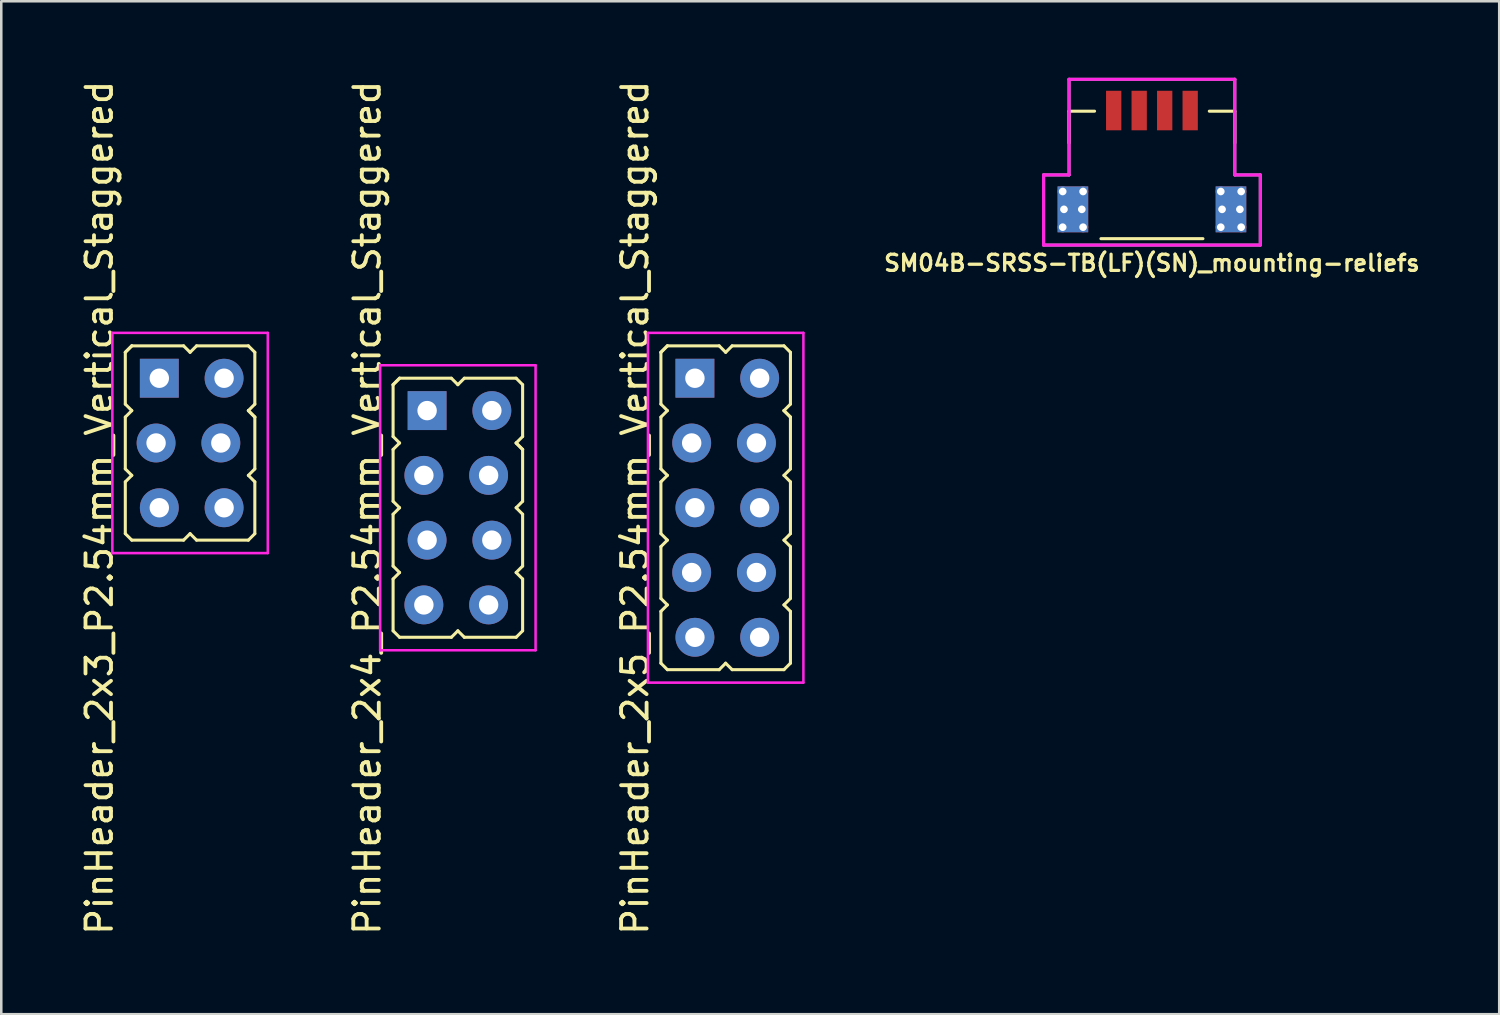
<source format=kicad_pcb>
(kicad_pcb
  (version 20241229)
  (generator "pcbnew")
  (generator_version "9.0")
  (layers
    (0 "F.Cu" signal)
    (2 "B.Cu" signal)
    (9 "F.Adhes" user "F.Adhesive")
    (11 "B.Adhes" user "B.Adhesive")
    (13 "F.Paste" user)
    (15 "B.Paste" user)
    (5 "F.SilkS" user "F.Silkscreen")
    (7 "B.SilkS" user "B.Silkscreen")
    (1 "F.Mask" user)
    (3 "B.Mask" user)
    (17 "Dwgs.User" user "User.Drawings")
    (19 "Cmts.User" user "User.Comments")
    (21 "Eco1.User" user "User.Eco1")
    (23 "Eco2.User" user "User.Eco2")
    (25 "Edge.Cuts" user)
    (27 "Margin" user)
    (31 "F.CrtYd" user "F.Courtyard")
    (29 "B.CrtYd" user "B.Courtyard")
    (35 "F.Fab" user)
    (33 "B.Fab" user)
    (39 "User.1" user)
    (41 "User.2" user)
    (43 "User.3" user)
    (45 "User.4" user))
  (footprint "SM04B-SRSS-TB(LF)(SN)_mounting-reliefs"
    (layer "F.Cu")
    (at 42.126 2.06)
    (property "Reference" "SM04B-SRSS-TB(LF)(SN)_mounting-reliefs" (at 0 5.207 180) (layer "F.SilkS") (effects (font (size 0.635 0.635) (thickness 0.127))))
    (attr smd)
    (fp_line (start -3.25 -0.75) (end -2.25 -0.75) (stroke (width 0.12) (type solid)) (layer "F.SilkS"))
    (fp_line (start -3.25 0.5) (end -3.25 -0.75) (stroke (width 0.12) (type solid)) (layer "F.SilkS"))
    (fp_line (start -2 4.25) (end 2 4.25) (stroke (width 0.12) (type solid)) (layer "F.SilkS"))
    (fp_line (start 3.25 -0.75) (end 2.25 -0.75) (stroke (width 0.12) (type solid)) (layer "F.SilkS"))
    (fp_line (start 3.25 0.5) (end 3.25 -0.75) (stroke (width 0.12) (type solid)) (layer "F.SilkS"))
    (fp_line (start -4.25 1.75) (end -3.25 1.75) (stroke (width 0.12) (type solid)) (layer "F.CrtYd"))
    (fp_line (start -4.25 4.5) (end -4.25 1.75) (stroke (width 0.12) (type solid)) (layer "F.CrtYd"))
    (fp_line (start -3.25 -2) (end 3.25 -2) (stroke (width 0.12) (type solid)) (layer "F.CrtYd"))
    (fp_line (start -3.25 1.75) (end -3.25 -2) (stroke (width 0.12) (type solid)) (layer "F.CrtYd"))
    (fp_line (start 3.25 -2) (end 3.25 1.75) (stroke (width 0.12) (type solid)) (layer "F.CrtYd"))
    (fp_line (start 4.25 1.75) (end 3.25 1.75) (stroke (width 0.12) (type solid)) (layer "F.CrtYd"))
    (fp_line (start 4.25 1.75) (end 4.25 4.5) (stroke (width 0.12) (type solid)) (layer "F.CrtYd"))
    (fp_line (start 4.25 4.5) (end -4.25 4.5) (stroke (width 0.12) (type solid)) (layer "F.CrtYd"))
    (fp_line (start -4.25 1.75) (end -3.25 1.75) (stroke (width 0.12) (type solid)) (layer "F.Fab"))
    (fp_line (start -4.25 4.5) (end -4.25 1.75) (stroke (width 0.12) (type solid)) (layer "F.Fab"))
    (fp_line (start -3.25 -2) (end 3.25 -2) (stroke (width 0.12) (type solid)) (layer "F.Fab"))
    (fp_line (start -3.25 1.75) (end -3.25 -2) (stroke (width 0.12) (type solid)) (layer "F.Fab"))
    (fp_line (start 3.25 -2) (end 3.25 1.75) (stroke (width 0.12) (type solid)) (layer "F.Fab"))
    (fp_line (start 3.25 1.75) (end 4.25 1.75) (stroke (width 0.12) (type solid)) (layer "F.Fab"))
    (fp_line (start 4.25 1.75) (end 4.25 4.5) (stroke (width 0.12) (type solid)) (layer "F.Fab"))
    (fp_line (start 4.25 4.5) (end -4.25 4.5) (stroke (width 0.12) (type solid)) (layer "F.Fab"))
    (pad "1" smd rect (at -1.5 -0.775) (size 0.6 1.55) (layers "F.Cu" "F.Mask" "F.Paste"))
    (pad "2" smd rect (at -0.5 -0.775) (size 0.6 1.55) (layers "F.Cu" "F.Mask" "F.Paste"))
    (pad "3" smd rect (at 0.5 -0.775) (size 0.6 1.55) (layers "F.Cu" "F.Mask" "F.Paste"))
    (pad "4" smd rect (at 1.5 -0.775) (size 0.6 1.55) (layers "F.Cu" "F.Mask" "F.Paste"))
    (pad "MP" thru_hole circle (at -3.5 2.4) (size 0.4 0.4) (drill 0.3) (layers "*.Cu" "F.Mask") (remove_unused_layers yes) (keep_end_layers yes) (zone_layer_connections))
    (pad "MP" thru_hole circle (at -3.5 3.8) (size 0.4 0.4) (drill 0.3) (layers "*.Cu" "F.Mask"))
    (pad "MP" thru_hole circle (at -3.45 3.1) (size 0.4 0.4) (drill 0.3) (layers "*.Cu" "F.Mask"))
    (pad "MP" smd rect (at -3.1 3.1) (size 1.2 1.8) (layers "F.Cu" "F.Mask" "F.Paste"))
    (pad "MP" smd rect (at -3.1 3.1) (size 1.2 1.8) (layers "B.Cu"))
    (pad "MP" thru_hole circle (at -2.75 3.1) (size 0.4 0.4) (drill 0.3) (layers "*.Cu" "F.Mask") (remove_unused_layers yes) (keep_end_layers yes) (zone_layer_connections))
    (pad "MP" thru_hole circle (at -2.7 2.4) (size 0.4 0.4) (drill 0.3) (layers "*.Cu" "F.Mask"))
    (pad "MP" thru_hole circle (at -2.7 3.8) (size 0.4 0.4) (drill 0.3) (layers "*.Cu" "F.Mask") (remove_unused_layers yes) (keep_end_layers yes) (zone_layer_connections))
    (pad "MP" thru_hole circle (at 2.7 2.4) (size 0.4 0.4) (drill 0.3) (layers "*.Cu" "F.Mask") (remove_unused_layers yes) (keep_end_layers yes) (zone_layer_connections))
    (pad "MP" thru_hole circle (at 2.7 3.8) (size 0.4 0.4) (drill 0.3) (layers "*.Cu" "F.Mask"))
    (pad "MP" thru_hole circle (at 2.75 3.1) (size 0.4 0.4) (drill 0.3) (layers "*.Cu" "F.Mask"))
    (pad "MP" smd rect (at 3.1 3.1) (size 1.2 1.8) (layers "F.Cu" "F.Mask" "F.Paste"))
    (pad "MP" smd rect (at 3.1 3.1) (size 1.2 1.8) (layers "B.Cu"))
    (pad "MP" thru_hole circle (at 3.45 3.1) (size 0.4 0.4) (drill 0.3) (layers "*.Cu" "F.Mask") (remove_unused_layers yes) (keep_end_layers yes) (zone_layer_connections))
    (pad "MP" thru_hole circle (at 3.5 2.4) (size 0.4 0.4) (drill 0.3) (layers "*.Cu" "F.Mask"))
    (pad "MP" thru_hole circle (at 3.5 3.8) (size 0.4 0.4) (drill 0.3) (layers "*.Cu" "F.Mask") (remove_unused_layers yes) (keep_end_layers yes) (zone_layer_connections)))
  (footprint "PinHeader_2x3_P2.54mm_Vertical_Staggered"
    (layer "F.Cu")
    (at 4.341 14.323)
    (property "Reference" "PinHeader_2x3_P2.54mm_Vertical_Staggered" (at -3.493 2.54 90) (layer "F.SilkS") (effects (font (size 1 1) (thickness 0.15))))
    (attr through_hole)
    (fp_line (start -2.477 -3.556) (end -2.223 -3.81) (stroke (width 0.12) (type solid)) (layer "F.SilkS"))
    (fp_line (start -2.477 -3.556) (end -2.223 -3.81) (stroke (width 0.12) (type solid)) (layer "F.SilkS"))
    (fp_line (start -2.477 -1.524) (end -2.477 -3.556) (stroke (width 0.12) (type solid)) (layer "F.SilkS"))
    (fp_line (start -2.477 -1.016) (end -2.223 -1.27) (stroke (width 0.12) (type solid)) (layer "F.SilkS"))
    (fp_line (start -2.477 1.016) (end -2.477 -1.016) (stroke (width 0.12) (type solid)) (layer "F.SilkS"))
    (fp_line (start -2.477 1.524) (end -2.223 1.27) (stroke (width 0.12) (type solid)) (layer "F.SilkS"))
    (fp_line (start -2.477 3.556) (end -2.477 1.524) (stroke (width 0.12) (type solid)) (layer "F.SilkS"))
    (fp_line (start -2.223 -1.27) (end -2.477 -1.524) (stroke (width 0.12) (type solid)) (layer "F.SilkS"))
    (fp_line (start -2.223 1.27) (end -2.477 1.016) (stroke (width 0.12) (type solid)) (layer "F.SilkS"))
    (fp_line (start -2.223 3.81) (end -2.477 3.556) (stroke (width 0.12) (type solid)) (layer "F.SilkS"))
    (fp_line (start -0.191 -3.81) (end -2.223 -3.81) (stroke (width 0.12) (type solid)) (layer "F.SilkS"))
    (fp_line (start -0.191 3.81) (end -2.223 3.81) (stroke (width 0.12) (type solid)) (layer "F.SilkS"))
    (fp_line (start -0.191 3.81) (end 0.064 3.556) (stroke (width 0.12) (type solid)) (layer "F.SilkS"))
    (fp_line (start 0.064 -3.556) (end -0.191 -3.81) (stroke (width 0.12) (type solid)) (layer "F.SilkS"))
    (fp_line (start 0.064 3.556) (end 0.318 3.81) (stroke (width 0.12) (type solid)) (layer "F.SilkS"))
    (fp_line (start 0.318 -3.81) (end 0.064 -3.556) (stroke (width 0.12) (type solid)) (layer "F.SilkS"))
    (fp_line (start 0.318 -3.81) (end 2.349 -3.81) (stroke (width 0.12) (type solid)) (layer "F.SilkS"))
    (fp_line (start 0.318 3.81) (end 2.349 3.81) (stroke (width 0.12) (type solid)) (layer "F.SilkS"))
    (fp_line (start 2.349 -3.81) (end 2.603 -3.556) (stroke (width 0.12) (type solid)) (layer "F.SilkS"))
    (fp_line (start 2.349 -1.27) (end 2.603 -1.016) (stroke (width 0.12) (type solid)) (layer "F.SilkS"))
    (fp_line (start 2.349 -1.27) (end 2.603 -1.016) (stroke (width 0.12) (type solid)) (layer "F.SilkS"))
    (fp_line (start 2.349 1.27) (end 2.603 1.524) (stroke (width 0.12) (type solid)) (layer "F.SilkS"))
    (fp_line (start 2.603 -3.556) (end 2.603 -1.524) (stroke (width 0.12) (type solid)) (layer "F.SilkS"))
    (fp_line (start 2.603 -1.524) (end 2.349 -1.27) (stroke (width 0.12) (type solid)) (layer "F.SilkS"))
    (fp_line (start 2.603 -1.016) (end 2.603 1.016) (stroke (width 0.12) (type solid)) (layer "F.SilkS"))
    (fp_line (start 2.603 1.016) (end 2.349 1.27) (stroke (width 0.12) (type solid)) (layer "F.SilkS"))
    (fp_line (start 2.603 1.524) (end 2.603 3.556) (stroke (width 0.12) (type solid)) (layer "F.SilkS"))
    (fp_line (start 2.603 3.556) (end 2.349 3.81) (stroke (width 0.12) (type solid)) (layer "F.SilkS"))
    (fp_line (start -2.985 4.318) (end -2.985 -4.318) (stroke (width 0.1) (type solid)) (layer "F.CrtYd"))
    (fp_line (start -2.985 4.318) (end 3.111 4.318) (stroke (width 0.1) (type solid)) (layer "F.CrtYd"))
    (fp_line (start 3.111 -4.318) (end -2.985 -4.318) (stroke (width 0.1) (type solid)) (layer "F.CrtYd"))
    (fp_line (start 3.111 -4.318) (end 3.111 4.318) (stroke (width 0.1) (type solid)) (layer "F.CrtYd"))
    (pad "1" thru_hole rect (at -1.143 -2.54) (size 1.524 1.524) (drill 0.762) (layers "*.Cu" "*.Mask"))
    (pad "2" thru_hole oval (at 1.397 -2.54) (size 1.524 1.524) (drill 0.762) (layers "*.Cu" "*.Mask"))
    (pad "3" thru_hole oval (at -1.27 0) (size 1.524 1.524) (drill 0.762) (layers "*.Cu" "*.Mask"))
    (pad "4" thru_hole oval (at 1.27 0) (size 1.524 1.524) (drill 0.762) (layers "*.Cu" "*.Mask"))
    (pad "5" thru_hole oval (at -1.143 2.54) (size 1.524 1.524) (drill 0.762) (layers "*.Cu" "*.Mask"))
    (pad "6" thru_hole oval (at 1.397 2.54) (size 1.524 1.524) (drill 0.762) (layers "*.Cu" "*.Mask")))
  (footprint "PinHeader_2x4_P2.54mm_Vertical_Staggered"
    (layer "F.Cu")
    (at 14.906 16.863)
    (property "Reference" "PinHeader_2x4_P2.54mm_Vertical_Staggered" (at -3.556 0 90) (layer "F.SilkS") (effects (font (size 1 1) (thickness 0.15))))
    (fp_line (start -2.54 -4.826) (end -2.286 -5.08) (stroke (width 0.12) (type solid)) (layer "F.SilkS"))
    (fp_line (start -2.54 -4.826) (end -2.286 -5.08) (stroke (width 0.12) (type solid)) (layer "F.SilkS"))
    (fp_line (start -2.54 -2.794) (end -2.54 -4.826) (stroke (width 0.12) (type solid)) (layer "F.SilkS"))
    (fp_line (start -2.54 -2.286) (end -2.286 -2.54) (stroke (width 0.12) (type solid)) (layer "F.SilkS"))
    (fp_line (start -2.54 -0.254) (end -2.54 -2.286) (stroke (width 0.12) (type solid)) (layer "F.SilkS"))
    (fp_line (start -2.54 0.254) (end -2.286 0) (stroke (width 0.12) (type solid)) (layer "F.SilkS"))
    (fp_line (start -2.54 2.286) (end -2.54 0.254) (stroke (width 0.12) (type solid)) (layer "F.SilkS"))
    (fp_line (start -2.54 2.794) (end -2.286 2.54) (stroke (width 0.12) (type solid)) (layer "F.SilkS"))
    (fp_line (start -2.54 4.826) (end -2.54 2.794) (stroke (width 0.12) (type solid)) (layer "F.SilkS"))
    (fp_line (start -2.286 -2.54) (end -2.54 -2.794) (stroke (width 0.12) (type solid)) (layer "F.SilkS"))
    (fp_line (start -2.286 0) (end -2.54 -0.254) (stroke (width 0.12) (type solid)) (layer "F.SilkS"))
    (fp_line (start -2.286 2.54) (end -2.54 2.286) (stroke (width 0.12) (type solid)) (layer "F.SilkS"))
    (fp_line (start -2.286 5.08) (end -2.54 4.826) (stroke (width 0.12) (type solid)) (layer "F.SilkS"))
    (fp_line (start -0.254 -5.08) (end -2.286 -5.08) (stroke (width 0.12) (type solid)) (layer "F.SilkS"))
    (fp_line (start -0.254 5.08) (end -2.286 5.08) (stroke (width 0.12) (type solid)) (layer "F.SilkS"))
    (fp_line (start -0.254 5.08) (end 0 4.826) (stroke (width 0.12) (type solid)) (layer "F.SilkS"))
    (fp_line (start 0 -4.826) (end -0.254 -5.08) (stroke (width 0.12) (type solid)) (layer "F.SilkS"))
    (fp_line (start 0.254 -5.08) (end 0 -4.826) (stroke (width 0.12) (type solid)) (layer "F.SilkS"))
    (fp_line (start 0.254 -5.08) (end 2.286 -5.08) (stroke (width 0.12) (type solid)) (layer "F.SilkS"))
    (fp_line (start 0.254 5.08) (end 0 4.826) (stroke (width 0.12) (type solid)) (layer "F.SilkS"))
    (fp_line (start 2.286 -5.08) (end 2.54 -4.826) (stroke (width 0.12) (type solid)) (layer "F.SilkS"))
    (fp_line (start 2.286 -2.54) (end 2.54 -2.286) (stroke (width 0.12) (type solid)) (layer "F.SilkS"))
    (fp_line (start 2.286 -2.54) (end 2.54 -2.286) (stroke (width 0.12) (type solid)) (layer "F.SilkS"))
    (fp_line (start 2.286 0) (end 2.54 0.254) (stroke (width 0.12) (type solid)) (layer "F.SilkS"))
    (fp_line (start 2.286 2.54) (end 2.54 2.794) (stroke (width 0.12) (type solid)) (layer "F.SilkS"))
    (fp_line (start 2.286 5.08) (end 0.254 5.08) (stroke (width 0.12) (type solid)) (layer "F.SilkS"))
    (fp_line (start 2.54 -4.826) (end 2.54 -2.794) (stroke (width 0.12) (type solid)) (layer "F.SilkS"))
    (fp_line (start 2.54 -2.794) (end 2.286 -2.54) (stroke (width 0.12) (type solid)) (layer "F.SilkS"))
    (fp_line (start 2.54 -2.286) (end 2.54 -0.254) (stroke (width 0.12) (type solid)) (layer "F.SilkS"))
    (fp_line (start 2.54 -0.254) (end 2.286 0) (stroke (width 0.12) (type solid)) (layer "F.SilkS"))
    (fp_line (start 2.54 0.254) (end 2.54 2.286) (stroke (width 0.12) (type solid)) (layer "F.SilkS"))
    (fp_line (start 2.54 2.286) (end 2.286 2.54) (stroke (width 0.12) (type solid)) (layer "F.SilkS"))
    (fp_line (start 2.54 2.794) (end 2.54 4.826) (stroke (width 0.12) (type solid)) (layer "F.SilkS"))
    (fp_line (start 2.54 4.826) (end 2.286 5.08) (stroke (width 0.12) (type solid)) (layer "F.SilkS"))
    (fp_line (start -3.048 5.588) (end -3.048 -5.588) (stroke (width 0.1) (type solid)) (layer "F.CrtYd"))
    (fp_line (start -3.048 5.588) (end 3.048 5.588) (stroke (width 0.1) (type solid)) (layer "F.CrtYd"))
    (fp_line (start 3.048 -5.588) (end -3.048 -5.588) (stroke (width 0.1) (type solid)) (layer "F.CrtYd"))
    (fp_line (start 3.048 -5.588) (end 3.048 5.588) (stroke (width 0.1) (type solid)) (layer "F.CrtYd"))
    (pad "1" thru_hole rect (at -1.206 -3.81) (size 1.524 1.524) (drill 0.762) (layers "*.Cu" "*.Mask"))
    (pad "2" thru_hole oval (at 1.333 -3.81) (size 1.524 1.524) (drill 0.762) (layers "*.Cu" "*.Mask"))
    (pad "3" thru_hole oval (at -1.333 -1.27) (size 1.524 1.524) (drill 0.762) (layers "*.Cu" "*.Mask"))
    (pad "4" thru_hole oval (at 1.206 -1.27) (size 1.524 1.524) (drill 0.762) (layers "*.Cu" "*.Mask"))
    (pad "5" thru_hole oval (at -1.206 1.27) (size 1.524 1.524) (drill 0.762) (layers "*.Cu" "*.Mask"))
    (pad "6" thru_hole oval (at 1.333 1.27) (size 1.524 1.524) (drill 0.762) (layers "*.Cu" "*.Mask"))
    (pad "7" thru_hole oval (at -1.333 3.81) (size 1.524 1.524) (drill 0.762) (layers "*.Cu" "*.Mask"))
    (pad "8" thru_hole oval (at 1.206 3.81) (size 1.524 1.524) (drill 0.762) (layers "*.Cu" "*.Mask")))
  (footprint "PinHeader_2x5_P2.54mm_Vertical_Staggered"
    (layer "F.Cu")
    (at 25.409 16.863)
    (property "Reference" "PinHeader_2x5_P2.54mm_Vertical_Staggered" (at -3.556 0 90) (layer "F.SilkS") (effects (font (size 1 1) (thickness 0.15))))
    (fp_line (start -2.54 -6.096) (end -2.286 -6.35) (stroke (width 0.12) (type solid)) (layer "F.SilkS"))
    (fp_line (start -2.54 -6.096) (end -2.286 -6.35) (stroke (width 0.12) (type solid)) (layer "F.SilkS"))
    (fp_line (start -2.54 -4.064) (end -2.54 -6.096) (stroke (width 0.12) (type solid)) (layer "F.SilkS"))
    (fp_line (start -2.54 -3.556) (end -2.286 -3.81) (stroke (width 0.12) (type solid)) (layer "F.SilkS"))
    (fp_line (start -2.54 -1.524) (end -2.54 -3.556) (stroke (width 0.12) (type solid)) (layer "F.SilkS"))
    (fp_line (start -2.54 -1.016) (end -2.286 -1.27) (stroke (width 0.12) (type solid)) (layer "F.SilkS"))
    (fp_line (start -2.54 1.016) (end -2.54 -1.016) (stroke (width 0.12) (type solid)) (layer "F.SilkS"))
    (fp_line (start -2.54 1.524) (end -2.286 1.27) (stroke (width 0.12) (type solid)) (layer "F.SilkS"))
    (fp_line (start -2.54 3.556) (end -2.54 1.524) (stroke (width 0.12) (type solid)) (layer "F.SilkS"))
    (fp_line (start -2.54 4.064) (end -2.286 3.81) (stroke (width 0.12) (type solid)) (layer "F.SilkS"))
    (fp_line (start -2.54 6.096) (end -2.54 4.064) (stroke (width 0.12) (type solid)) (layer "F.SilkS"))
    (fp_line (start -2.286 -3.81) (end -2.54 -4.064) (stroke (width 0.12) (type solid)) (layer "F.SilkS"))
    (fp_line (start -2.286 -1.27) (end -2.54 -1.524) (stroke (width 0.12) (type solid)) (layer "F.SilkS"))
    (fp_line (start -2.286 1.27) (end -2.54 1.016) (stroke (width 0.12) (type solid)) (layer "F.SilkS"))
    (fp_line (start -2.286 3.81) (end -2.54 3.556) (stroke (width 0.12) (type solid)) (layer "F.SilkS"))
    (fp_line (start -2.286 6.35) (end -2.54 6.096) (stroke (width 0.12) (type solid)) (layer "F.SilkS"))
    (fp_line (start -0.254 -6.35) (end -2.286 -6.35) (stroke (width 0.12) (type solid)) (layer "F.SilkS"))
    (fp_line (start -0.254 6.35) (end -2.286 6.35) (stroke (width 0.12) (type solid)) (layer "F.SilkS"))
    (fp_line (start -0.254 6.35) (end 0 6.096) (stroke (width 0.12) (type solid)) (layer "F.SilkS"))
    (fp_line (start 0 -6.096) (end -0.254 -6.35) (stroke (width 0.12) (type solid)) (layer "F.SilkS"))
    (fp_line (start 0.254 -6.35) (end 0 -6.096) (stroke (width 0.12) (type solid)) (layer "F.SilkS"))
    (fp_line (start 0.254 -6.35) (end 2.286 -6.35) (stroke (width 0.12) (type solid)) (layer "F.SilkS"))
    (fp_line (start 0.254 6.35) (end 0 6.096) (stroke (width 0.12) (type solid)) (layer "F.SilkS"))
    (fp_line (start 2.286 -6.35) (end 2.54 -6.096) (stroke (width 0.12) (type solid)) (layer "F.SilkS"))
    (fp_line (start 2.286 -3.81) (end 2.54 -3.556) (stroke (width 0.12) (type solid)) (layer "F.SilkS"))
    (fp_line (start 2.286 -3.81) (end 2.54 -3.556) (stroke (width 0.12) (type solid)) (layer "F.SilkS"))
    (fp_line (start 2.286 -1.27) (end 2.54 -1.016) (stroke (width 0.12) (type solid)) (layer "F.SilkS"))
    (fp_line (start 2.286 1.27) (end 2.54 1.524) (stroke (width 0.12) (type solid)) (layer "F.SilkS"))
    (fp_line (start 2.286 3.81) (end 2.54 4.064) (stroke (width 0.12) (type solid)) (layer "F.SilkS"))
    (fp_line (start 2.286 6.35) (end 0.254 6.35) (stroke (width 0.12) (type solid)) (layer "F.SilkS"))
    (fp_line (start 2.54 -6.096) (end 2.54 -4.064) (stroke (width 0.12) (type solid)) (layer "F.SilkS"))
    (fp_line (start 2.54 -4.064) (end 2.286 -3.81) (stroke (width 0.12) (type solid)) (layer "F.SilkS"))
    (fp_line (start 2.54 -3.556) (end 2.54 -1.524) (stroke (width 0.12) (type solid)) (layer "F.SilkS"))
    (fp_line (start 2.54 -1.524) (end 2.286 -1.27) (stroke (width 0.12) (type solid)) (layer "F.SilkS"))
    (fp_line (start 2.54 -1.016) (end 2.54 1.016) (stroke (width 0.12) (type solid)) (layer "F.SilkS"))
    (fp_line (start 2.54 1.016) (end 2.286 1.27) (stroke (width 0.12) (type solid)) (layer "F.SilkS"))
    (fp_line (start 2.54 1.524) (end 2.54 3.556) (stroke (width 0.12) (type solid)) (layer "F.SilkS"))
    (fp_line (start 2.54 3.556) (end 2.286 3.81) (stroke (width 0.12) (type solid)) (layer "F.SilkS"))
    (fp_line (start 2.54 4.064) (end 2.54 6.096) (stroke (width 0.12) (type solid)) (layer "F.SilkS"))
    (fp_line (start 2.54 6.096) (end 2.286 6.35) (stroke (width 0.12) (type solid)) (layer "F.SilkS"))
    (fp_line (start -3.048 6.858) (end -3.048 -6.858) (stroke (width 0.1) (type solid)) (layer "F.CrtYd"))
    (fp_line (start -3.048 6.858) (end 3.048 6.858) (stroke (width 0.1) (type solid)) (layer "F.CrtYd"))
    (fp_line (start 3.048 -6.858) (end -3.048 -6.858) (stroke (width 0.1) (type solid)) (layer "F.CrtYd"))
    (fp_line (start 3.048 -6.858) (end 3.048 6.858) (stroke (width 0.1) (type solid)) (layer "F.CrtYd"))
    (pad "1" thru_hole rect (at -1.206 -5.08) (size 1.524 1.524) (drill 0.762) (layers "*.Cu" "*.Mask"))
    (pad "2" thru_hole oval (at 1.333 -5.08) (size 1.524 1.524) (drill 0.762) (layers "*.Cu" "*.Mask"))
    (pad "3" thru_hole oval (at -1.333 -2.54) (size 1.524 1.524) (drill 0.762) (layers "*.Cu" "*.Mask"))
    (pad "4" thru_hole oval (at 1.206 -2.54) (size 1.524 1.524) (drill 0.762) (layers "*.Cu" "*.Mask"))
    (pad "5" thru_hole oval (at -1.206 0) (size 1.524 1.524) (drill 0.762) (layers "*.Cu" "*.Mask"))
    (pad "6" thru_hole oval (at 1.333 0) (size 1.524 1.524) (drill 0.762) (layers "*.Cu" "*.Mask"))
    (pad "7" thru_hole oval (at -1.333 2.54) (size 1.524 1.524) (drill 0.762) (layers "*.Cu" "*.Mask"))
    (pad "8" thru_hole oval (at 1.206 2.54) (size 1.524 1.524) (drill 0.762) (layers "*.Cu" "*.Mask"))
    (pad "9" thru_hole oval (at -1.206 5.08) (size 1.524 1.524) (drill 0.762) (layers "*.Cu" "*.Mask"))
    (pad "10" thru_hole oval (at 1.333 5.08) (size 1.524 1.524) (drill 0.762) (layers "*.Cu" "*.Mask")))
  (gr_rect
    (start -3 -3)
    (end 55.746 36.726)
    (stroke (width 0.1) (type default))
    (fill no)
    (layer "Edge.Cuts")))
</source>
